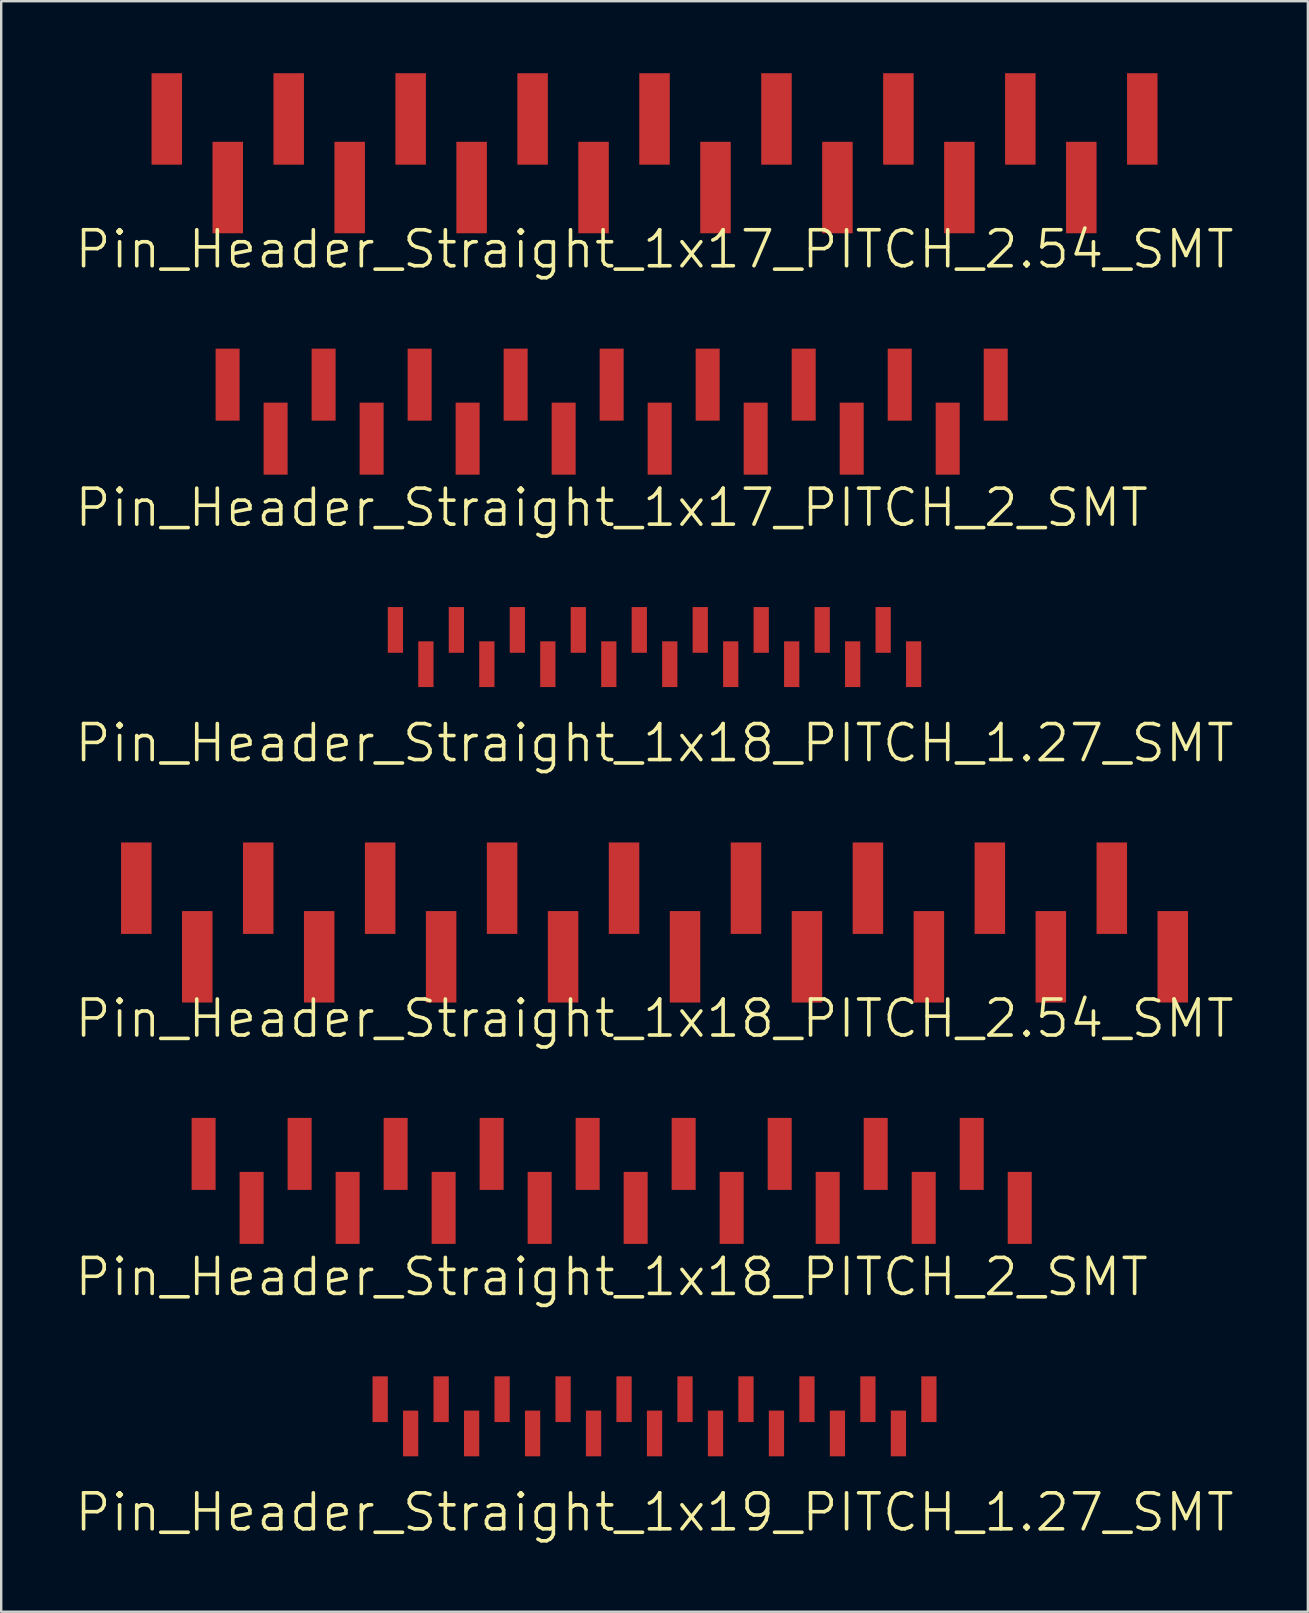
<source format=kicad_pcb>
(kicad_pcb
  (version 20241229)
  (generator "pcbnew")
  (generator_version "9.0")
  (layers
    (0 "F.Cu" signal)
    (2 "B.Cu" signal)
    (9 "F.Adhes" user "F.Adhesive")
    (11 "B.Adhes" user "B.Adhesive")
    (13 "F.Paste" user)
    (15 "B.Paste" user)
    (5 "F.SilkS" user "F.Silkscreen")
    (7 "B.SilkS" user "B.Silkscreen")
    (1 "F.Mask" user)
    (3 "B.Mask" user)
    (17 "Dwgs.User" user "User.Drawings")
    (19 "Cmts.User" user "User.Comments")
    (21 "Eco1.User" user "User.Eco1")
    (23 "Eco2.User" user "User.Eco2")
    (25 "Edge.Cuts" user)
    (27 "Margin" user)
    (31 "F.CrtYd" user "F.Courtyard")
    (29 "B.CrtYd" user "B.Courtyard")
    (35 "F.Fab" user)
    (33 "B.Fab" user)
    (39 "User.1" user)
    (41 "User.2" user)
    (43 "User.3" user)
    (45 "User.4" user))
  (footprint "Pin_Header_Straight_1x17_PITCH_2.54_SMT"
    (layer "F.Cu")
    (at 24.218 3.334)
    (property "Reference" "Pin_Header_Straight_1x17_PITCH_2.54_SMT" (at 0 4 0) (layer "F.SilkS") (effects (font (size 1.5 1.5) (thickness 0.15))))
    (attr through_hole)
    (pad "1" smd rect (at -20.32 -1.429) (size 1.27 3.81) (layers "F.Cu" "F.Mask" "F.Paste"))
    (pad "2" smd rect (at -17.78 1.429) (size 1.27 3.81) (layers "F.Cu" "F.Mask" "F.Paste"))
    (pad "3" smd rect (at -15.24 -1.429) (size 1.27 3.81) (layers "F.Cu" "F.Mask" "F.Paste"))
    (pad "4" smd rect (at -12.7 1.429) (size 1.27 3.81) (layers "F.Cu" "F.Mask" "F.Paste"))
    (pad "5" smd rect (at -10.16 -1.429) (size 1.27 3.81) (layers "F.Cu" "F.Mask" "F.Paste"))
    (pad "6" smd rect (at -7.62 1.429) (size 1.27 3.81) (layers "F.Cu" "F.Mask" "F.Paste"))
    (pad "7" smd rect (at -5.08 -1.429) (size 1.27 3.81) (layers "F.Cu" "F.Mask" "F.Paste"))
    (pad "8" smd rect (at -2.54 1.429) (size 1.27 3.81) (layers "F.Cu" "F.Mask" "F.Paste"))
    (pad "9" smd rect (at 0 -1.429) (size 1.27 3.81) (layers "F.Cu" "F.Mask" "F.Paste"))
    (pad "10" smd rect (at 2.54 1.429) (size 1.27 3.81) (layers "F.Cu" "F.Mask" "F.Paste"))
    (pad "11" smd rect (at 5.08 -1.429) (size 1.27 3.81) (layers "F.Cu" "F.Mask" "F.Paste"))
    (pad "12" smd rect (at 7.62 1.429) (size 1.27 3.81) (layers "F.Cu" "F.Mask" "F.Paste"))
    (pad "13" smd rect (at 10.16 -1.429) (size 1.27 3.81) (layers "F.Cu" "F.Mask" "F.Paste"))
    (pad "14" smd rect (at 12.7 1.429) (size 1.27 3.81) (layers "F.Cu" "F.Mask" "F.Paste"))
    (pad "15" smd rect (at 15.24 -1.429) (size 1.27 3.81) (layers "F.Cu" "F.Mask" "F.Paste"))
    (pad "16" smd rect (at 17.78 1.429) (size 1.27 3.81) (layers "F.Cu" "F.Mask" "F.Paste"))
    (pad "17" smd rect (at 20.32 -1.429) (size 1.27 3.81) (layers "F.Cu" "F.Mask" "F.Paste")))
  (footprint "Pin_Header_Straight_1x18_PITCH_2.54_SMT"
    (layer "F.Cu")
    (at 24.218 35.382)
    (property "Reference" "Pin_Header_Straight_1x18_PITCH_2.54_SMT" (at 0 4 0) (layer "F.SilkS") (effects (font (size 1.5 1.5) (thickness 0.15))))
    (attr through_hole)
    (pad "1" smd rect (at -21.59 -1.429) (size 1.27 3.81) (layers "F.Cu" "F.Mask" "F.Paste"))
    (pad "2" smd rect (at -19.05 1.429) (size 1.27 3.81) (layers "F.Cu" "F.Mask" "F.Paste"))
    (pad "3" smd rect (at -16.51 -1.429) (size 1.27 3.81) (layers "F.Cu" "F.Mask" "F.Paste"))
    (pad "4" smd rect (at -13.97 1.429) (size 1.27 3.81) (layers "F.Cu" "F.Mask" "F.Paste"))
    (pad "5" smd rect (at -11.43 -1.429) (size 1.27 3.81) (layers "F.Cu" "F.Mask" "F.Paste"))
    (pad "6" smd rect (at -8.89 1.429) (size 1.27 3.81) (layers "F.Cu" "F.Mask" "F.Paste"))
    (pad "7" smd rect (at -6.35 -1.429) (size 1.27 3.81) (layers "F.Cu" "F.Mask" "F.Paste"))
    (pad "8" smd rect (at -3.81 1.429) (size 1.27 3.81) (layers "F.Cu" "F.Mask" "F.Paste"))
    (pad "9" smd rect (at -1.27 -1.429) (size 1.27 3.81) (layers "F.Cu" "F.Mask" "F.Paste"))
    (pad "10" smd rect (at 1.27 1.429) (size 1.27 3.81) (layers "F.Cu" "F.Mask" "F.Paste"))
    (pad "11" smd rect (at 3.81 -1.429) (size 1.27 3.81) (layers "F.Cu" "F.Mask" "F.Paste"))
    (pad "12" smd rect (at 6.35 1.429) (size 1.27 3.81) (layers "F.Cu" "F.Mask" "F.Paste"))
    (pad "13" smd rect (at 8.89 -1.429) (size 1.27 3.81) (layers "F.Cu" "F.Mask" "F.Paste"))
    (pad "14" smd rect (at 11.43 1.429) (size 1.27 3.81) (layers "F.Cu" "F.Mask" "F.Paste"))
    (pad "15" smd rect (at 13.97 -1.429) (size 1.27 3.81) (layers "F.Cu" "F.Mask" "F.Paste"))
    (pad "16" smd rect (at 16.51 1.429) (size 1.27 3.81) (layers "F.Cu" "F.Mask" "F.Paste"))
    (pad "17" smd rect (at 19.05 -1.429) (size 1.27 3.81) (layers "F.Cu" "F.Mask" "F.Paste"))
    (pad "18" smd rect (at 21.59 1.429) (size 1.27 3.81) (layers "F.Cu" "F.Mask" "F.Paste")))
  (footprint "Pin_Header_Straight_1x18_PITCH_2_SMT"
    (layer "F.Cu")
    (at 22.432 46.147)
    (property "Reference" "Pin_Header_Straight_1x18_PITCH_2_SMT" (at 0 4 0) (layer "F.SilkS") (effects (font (size 1.5 1.5) (thickness 0.15))))
    (attr through_hole)
    (pad "1" smd rect (at -17 -1.125) (size 1 3) (layers "F.Cu" "F.Mask" "F.Paste"))
    (pad "2" smd rect (at -15 1.125) (size 1 3) (layers "F.Cu" "F.Mask" "F.Paste"))
    (pad "3" smd rect (at -13 -1.125) (size 1 3) (layers "F.Cu" "F.Mask" "F.Paste"))
    (pad "4" smd rect (at -11 1.125) (size 1 3) (layers "F.Cu" "F.Mask" "F.Paste"))
    (pad "5" smd rect (at -9 -1.125) (size 1 3) (layers "F.Cu" "F.Mask" "F.Paste"))
    (pad "6" smd rect (at -7 1.125) (size 1 3) (layers "F.Cu" "F.Mask" "F.Paste"))
    (pad "7" smd rect (at -5 -1.125) (size 1 3) (layers "F.Cu" "F.Mask" "F.Paste"))
    (pad "8" smd rect (at -3 1.125) (size 1 3) (layers "F.Cu" "F.Mask" "F.Paste"))
    (pad "9" smd rect (at -1 -1.125) (size 1 3) (layers "F.Cu" "F.Mask" "F.Paste"))
    (pad "10" smd rect (at 1 1.125) (size 1 3) (layers "F.Cu" "F.Mask" "F.Paste"))
    (pad "11" smd rect (at 3 -1.125) (size 1 3) (layers "F.Cu" "F.Mask" "F.Paste"))
    (pad "12" smd rect (at 5 1.125) (size 1 3) (layers "F.Cu" "F.Mask" "F.Paste"))
    (pad "13" smd rect (at 7 -1.125) (size 1 3) (layers "F.Cu" "F.Mask" "F.Paste"))
    (pad "14" smd rect (at 9 1.125) (size 1 3) (layers "F.Cu" "F.Mask" "F.Paste"))
    (pad "15" smd rect (at 11 -1.125) (size 1 3) (layers "F.Cu" "F.Mask" "F.Paste"))
    (pad "16" smd rect (at 13 1.125) (size 1 3) (layers "F.Cu" "F.Mask" "F.Paste"))
    (pad "17" smd rect (at 15 -1.125) (size 1 3) (layers "F.Cu" "F.Mask" "F.Paste"))
    (pad "18" smd rect (at 17 1.125) (size 1 3) (layers "F.Cu" "F.Mask" "F.Paste")))
  (footprint "Pin_Header_Straight_1x19_PITCH_1.27_SMT"
    (layer "F.Cu")
    (at 24.218 55.955)
    (property "Reference" "Pin_Header_Straight_1x19_PITCH_1.27_SMT" (at 0 4 0) (layer "F.SilkS") (effects (font (size 1.5 1.5) (thickness 0.15))))
    (attr through_hole)
    (pad "1" smd rect (at -11.43 -0.714) (size 0.635 1.905) (layers "F.Cu" "F.Mask" "F.Paste"))
    (pad "2" smd rect (at -10.16 0.714) (size 0.635 1.905) (layers "F.Cu" "F.Mask" "F.Paste"))
    (pad "3" smd rect (at -8.89 -0.714) (size 0.635 1.905) (layers "F.Cu" "F.Mask" "F.Paste"))
    (pad "4" smd rect (at -7.62 0.714) (size 0.635 1.905) (layers "F.Cu" "F.Mask" "F.Paste"))
    (pad "5" smd rect (at -6.35 -0.714) (size 0.635 1.905) (layers "F.Cu" "F.Mask" "F.Paste"))
    (pad "6" smd rect (at -5.08 0.714) (size 0.635 1.905) (layers "F.Cu" "F.Mask" "F.Paste"))
    (pad "7" smd rect (at -3.81 -0.714) (size 0.635 1.905) (layers "F.Cu" "F.Mask" "F.Paste"))
    (pad "8" smd rect (at -2.54 0.714) (size 0.635 1.905) (layers "F.Cu" "F.Mask" "F.Paste"))
    (pad "9" smd rect (at -1.27 -0.714) (size 0.635 1.905) (layers "F.Cu" "F.Mask" "F.Paste"))
    (pad "10" smd rect (at 0 0.714) (size 0.635 1.905) (layers "F.Cu" "F.Mask" "F.Paste"))
    (pad "11" smd rect (at 1.27 -0.714) (size 0.635 1.905) (layers "F.Cu" "F.Mask" "F.Paste"))
    (pad "12" smd rect (at 2.54 0.714) (size 0.635 1.905) (layers "F.Cu" "F.Mask" "F.Paste"))
    (pad "13" smd rect (at 3.81 -0.714) (size 0.635 1.905) (layers "F.Cu" "F.Mask" "F.Paste"))
    (pad "14" smd rect (at 5.08 0.714) (size 0.635 1.905) (layers "F.Cu" "F.Mask" "F.Paste"))
    (pad "15" smd rect (at 6.35 -0.714) (size 0.635 1.905) (layers "F.Cu" "F.Mask" "F.Paste"))
    (pad "16" smd rect (at 7.62 0.714) (size 0.635 1.905) (layers "F.Cu" "F.Mask" "F.Paste"))
    (pad "17" smd rect (at 8.89 -0.714) (size 0.635 1.905) (layers "F.Cu" "F.Mask" "F.Paste"))
    (pad "18" smd rect (at 10.16 0.714) (size 0.635 1.905) (layers "F.Cu" "F.Mask" "F.Paste"))
    (pad "19" smd rect (at 11.43 -0.714) (size 0.635 1.905) (layers "F.Cu" "F.Mask" "F.Paste")))
  (footprint "Pin_Header_Straight_1x17_PITCH_2_SMT"
    (layer "F.Cu")
    (at 22.432 14.1)
    (property "Reference" "Pin_Header_Straight_1x17_PITCH_2_SMT" (at 0 4 0) (layer "F.SilkS") (effects (font (size 1.5 1.5) (thickness 0.15))))
    (attr through_hole)
    (pad "1" smd rect (at -16 -1.125) (size 1 3) (layers "F.Cu" "F.Mask" "F.Paste"))
    (pad "2" smd rect (at -14 1.125) (size 1 3) (layers "F.Cu" "F.Mask" "F.Paste"))
    (pad "3" smd rect (at -12 -1.125) (size 1 3) (layers "F.Cu" "F.Mask" "F.Paste"))
    (pad "4" smd rect (at -10 1.125) (size 1 3) (layers "F.Cu" "F.Mask" "F.Paste"))
    (pad "5" smd rect (at -8 -1.125) (size 1 3) (layers "F.Cu" "F.Mask" "F.Paste"))
    (pad "6" smd rect (at -6 1.125) (size 1 3) (layers "F.Cu" "F.Mask" "F.Paste"))
    (pad "7" smd rect (at -4 -1.125) (size 1 3) (layers "F.Cu" "F.Mask" "F.Paste"))
    (pad "8" smd rect (at -2 1.125) (size 1 3) (layers "F.Cu" "F.Mask" "F.Paste"))
    (pad "9" smd rect (at 0 -1.125) (size 1 3) (layers "F.Cu" "F.Mask" "F.Paste"))
    (pad "10" smd rect (at 2 1.125) (size 1 3) (layers "F.Cu" "F.Mask" "F.Paste"))
    (pad "11" smd rect (at 4 -1.125) (size 1 3) (layers "F.Cu" "F.Mask" "F.Paste"))
    (pad "12" smd rect (at 6 1.125) (size 1 3) (layers "F.Cu" "F.Mask" "F.Paste"))
    (pad "13" smd rect (at 8 -1.125) (size 1 3) (layers "F.Cu" "F.Mask" "F.Paste"))
    (pad "14" smd rect (at 10 1.125) (size 1 3) (layers "F.Cu" "F.Mask" "F.Paste"))
    (pad "15" smd rect (at 12 -1.125) (size 1 3) (layers "F.Cu" "F.Mask" "F.Paste"))
    (pad "16" smd rect (at 14 1.125) (size 1 3) (layers "F.Cu" "F.Mask" "F.Paste"))
    (pad "17" smd rect (at 16 -1.125) (size 1 3) (layers "F.Cu" "F.Mask" "F.Paste")))
  (footprint "Pin_Header_Straight_1x18_PITCH_1.27_SMT"
    (layer "F.Cu")
    (at 24.218 23.907)
    (property "Reference" "Pin_Header_Straight_1x18_PITCH_1.27_SMT" (at 0 4 0) (layer "F.SilkS") (effects (font (size 1.5 1.5) (thickness 0.15))))
    (attr through_hole)
    (pad "1" smd rect (at -10.795 -0.714) (size 0.635 1.905) (layers "F.Cu" "F.Mask" "F.Paste"))
    (pad "2" smd rect (at -9.525 0.714) (size 0.635 1.905) (layers "F.Cu" "F.Mask" "F.Paste"))
    (pad "3" smd rect (at -8.255 -0.714) (size 0.635 1.905) (layers "F.Cu" "F.Mask" "F.Paste"))
    (pad "4" smd rect (at -6.985 0.714) (size 0.635 1.905) (layers "F.Cu" "F.Mask" "F.Paste"))
    (pad "5" smd rect (at -5.715 -0.714) (size 0.635 1.905) (layers "F.Cu" "F.Mask" "F.Paste"))
    (pad "6" smd rect (at -4.445 0.714) (size 0.635 1.905) (layers "F.Cu" "F.Mask" "F.Paste"))
    (pad "7" smd rect (at -3.175 -0.714) (size 0.635 1.905) (layers "F.Cu" "F.Mask" "F.Paste"))
    (pad "8" smd rect (at -1.905 0.714) (size 0.635 1.905) (layers "F.Cu" "F.Mask" "F.Paste"))
    (pad "9" smd rect (at -0.635 -0.714) (size 0.635 1.905) (layers "F.Cu" "F.Mask" "F.Paste"))
    (pad "10" smd rect (at 0.635 0.714) (size 0.635 1.905) (layers "F.Cu" "F.Mask" "F.Paste"))
    (pad "11" smd rect (at 1.905 -0.714) (size 0.635 1.905) (layers "F.Cu" "F.Mask" "F.Paste"))
    (pad "12" smd rect (at 3.175 0.714) (size 0.635 1.905) (layers "F.Cu" "F.Mask" "F.Paste"))
    (pad "13" smd rect (at 4.445 -0.714) (size 0.635 1.905) (layers "F.Cu" "F.Mask" "F.Paste"))
    (pad "14" smd rect (at 5.715 0.714) (size 0.635 1.905) (layers "F.Cu" "F.Mask" "F.Paste"))
    (pad "15" smd rect (at 6.985 -0.714) (size 0.635 1.905) (layers "F.Cu" "F.Mask" "F.Paste"))
    (pad "16" smd rect (at 8.255 0.714) (size 0.635 1.905) (layers "F.Cu" "F.Mask" "F.Paste"))
    (pad "17" smd rect (at 9.525 -0.714) (size 0.635 1.905) (layers "F.Cu" "F.Mask" "F.Paste"))
    (pad "18" smd rect (at 10.795 0.714) (size 0.635 1.905) (layers "F.Cu" "F.Mask" "F.Paste")))
  (gr_rect
    (start -3 -3)
    (end 51.436 64.096)
    (stroke (width 0.1) (type default))
    (fill no)
    (layer "Edge.Cuts")))
</source>
